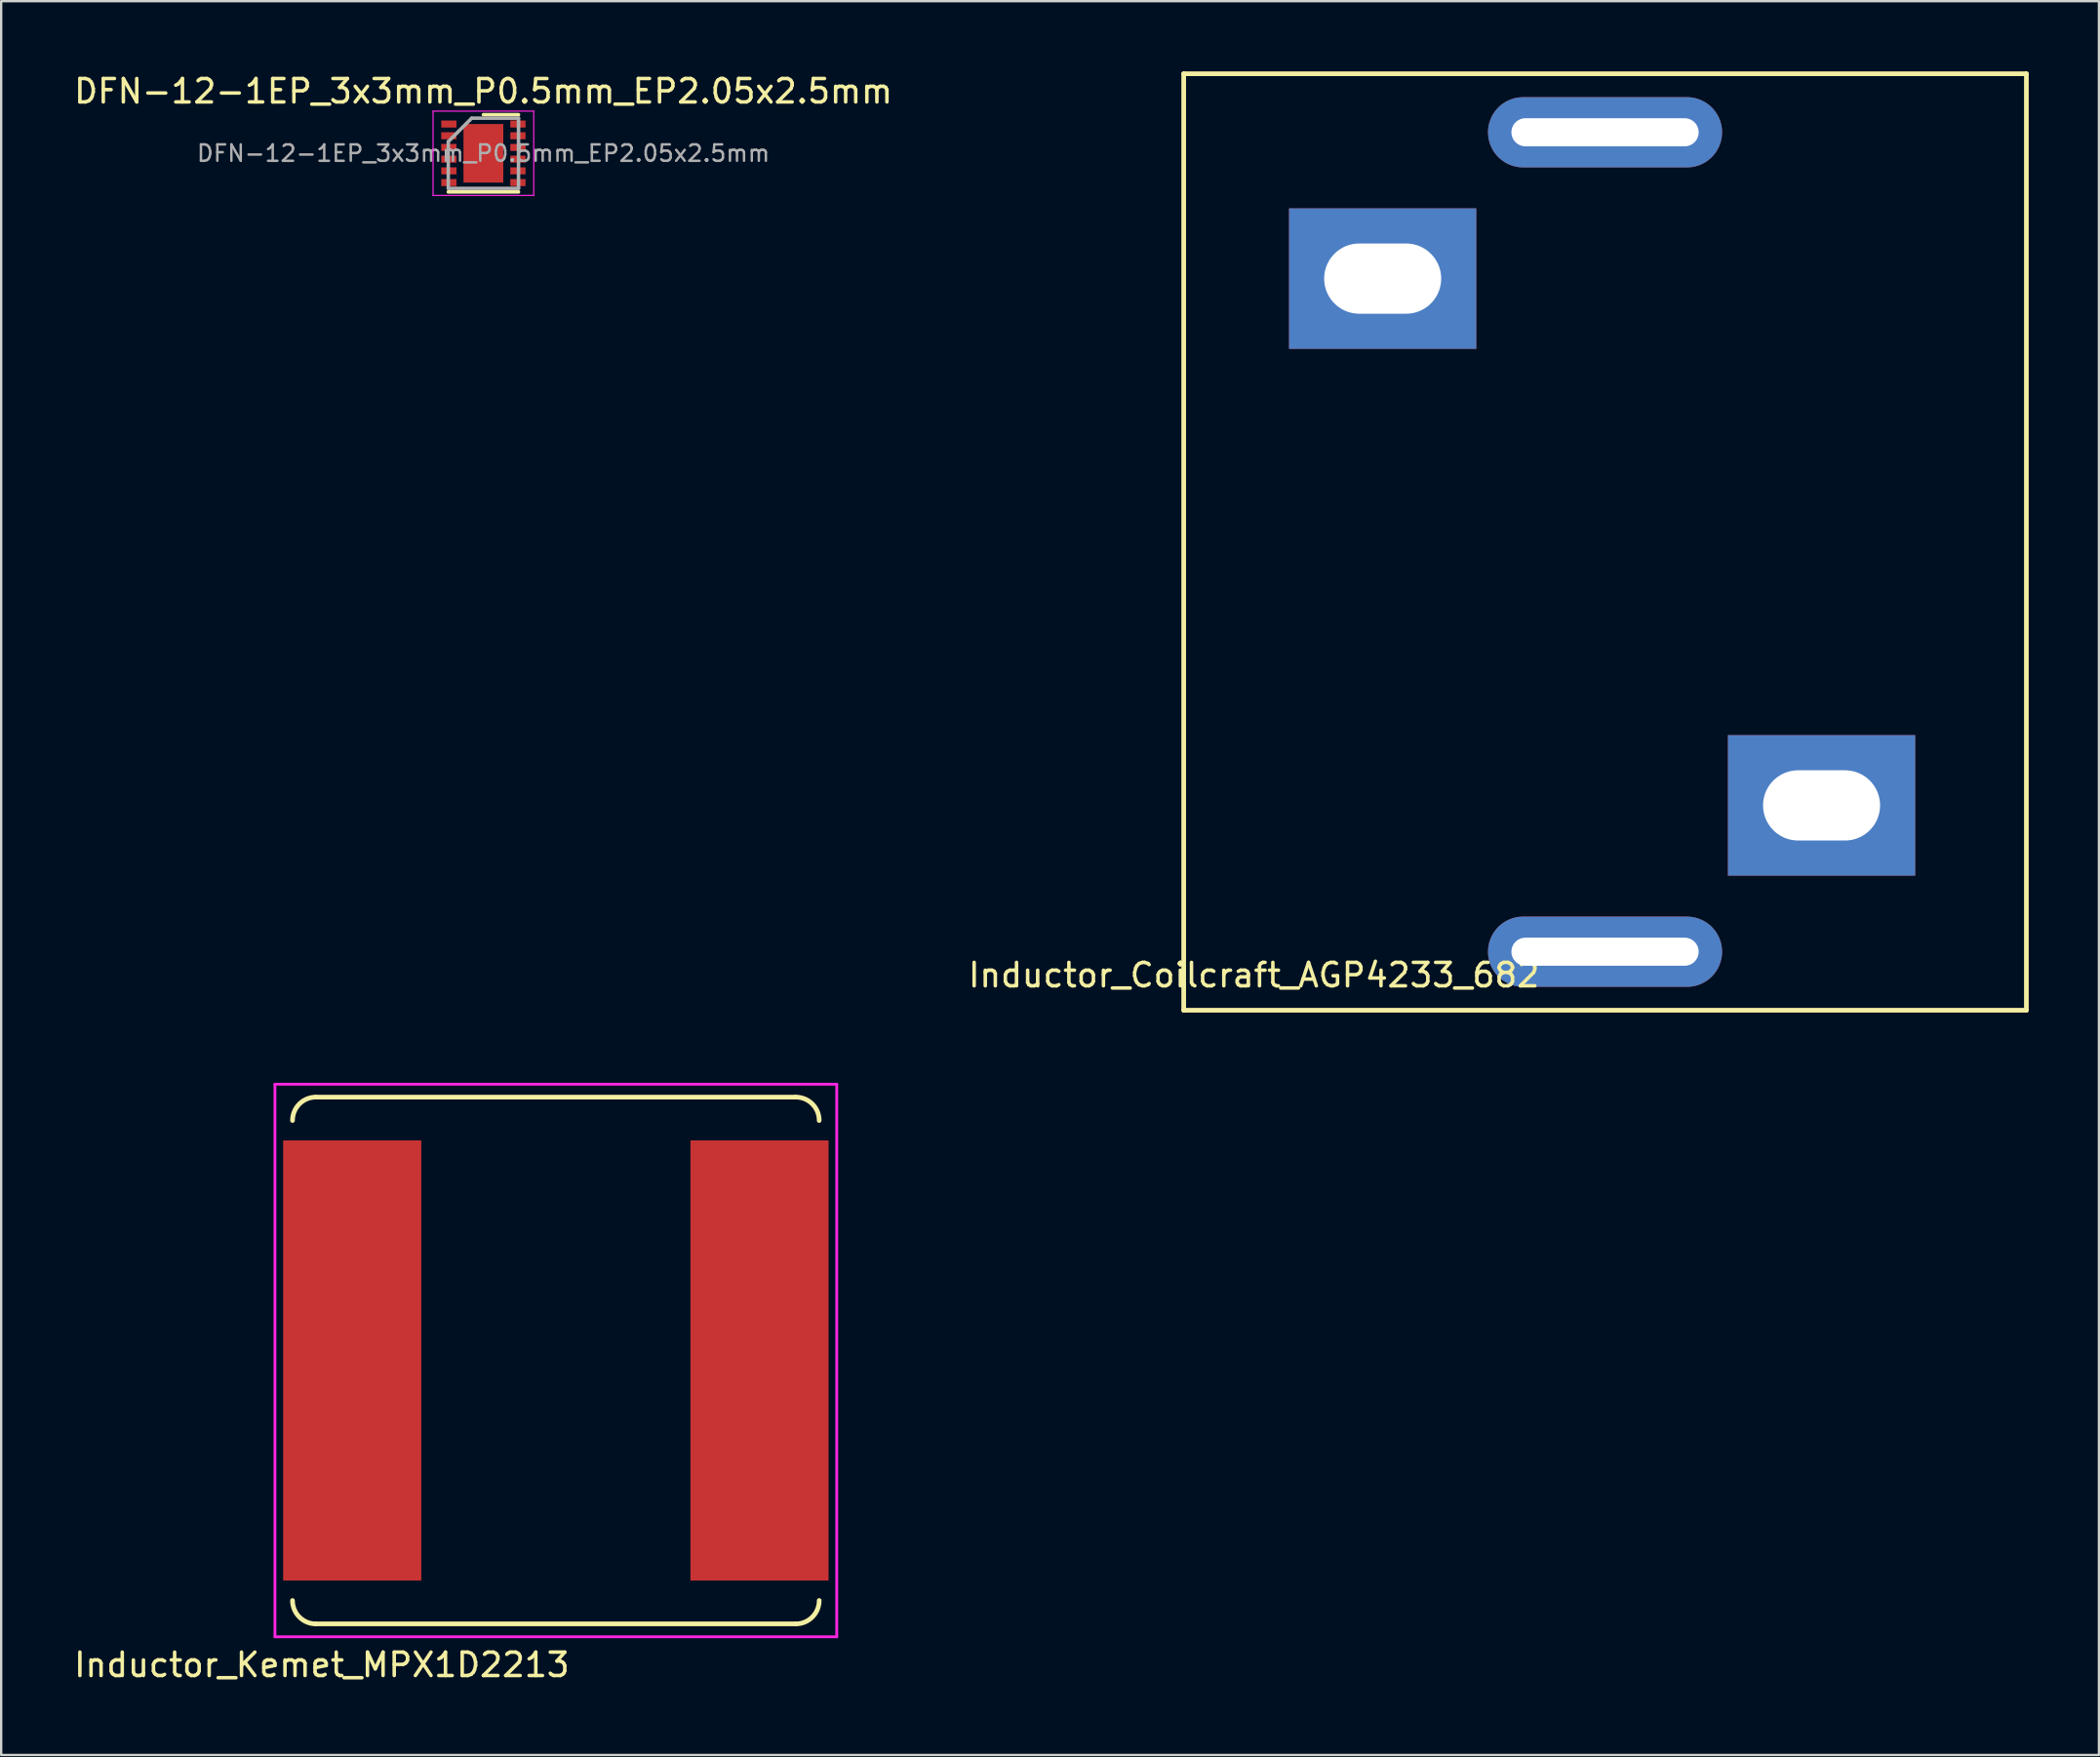
<source format=kicad_pcb>
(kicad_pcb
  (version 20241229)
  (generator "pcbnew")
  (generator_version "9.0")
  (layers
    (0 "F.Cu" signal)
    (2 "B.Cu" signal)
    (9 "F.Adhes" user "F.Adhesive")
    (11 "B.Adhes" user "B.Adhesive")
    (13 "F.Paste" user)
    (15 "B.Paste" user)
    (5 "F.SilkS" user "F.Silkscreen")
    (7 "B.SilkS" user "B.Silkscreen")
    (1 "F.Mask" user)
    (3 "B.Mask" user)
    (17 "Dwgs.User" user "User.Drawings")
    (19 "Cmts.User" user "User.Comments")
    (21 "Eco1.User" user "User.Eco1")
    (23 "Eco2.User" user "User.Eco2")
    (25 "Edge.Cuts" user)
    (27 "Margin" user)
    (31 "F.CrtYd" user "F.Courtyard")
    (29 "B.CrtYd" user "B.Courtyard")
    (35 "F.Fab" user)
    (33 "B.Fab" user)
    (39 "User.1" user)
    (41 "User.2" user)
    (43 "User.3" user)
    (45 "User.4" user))
  (footprint "Inductor_Coilcraft_AGP4233_682"
    (layer "F.Cu")
    (at 65.518 20.1)
    (property "Reference" "Inductor_Coilcraft_AGP4233_682" (at -15 18.5 0) (layer "F.SilkS") (effects (font (size 1 1) (thickness 0.15))))
    (attr through_hole)
    (fp_line (start -18 -20) (end -18 20) (stroke (width 0.2) (type solid)) (layer "F.SilkS"))
    (fp_line (start -18 -20) (end 18 -20) (stroke (width 0.2) (type solid)) (layer "F.SilkS"))
    (fp_line (start -18 20) (end 18 20) (stroke (width 0.2) (type solid)) (layer "F.SilkS"))
    (fp_line (start 18 20) (end 18 -20) (stroke (width 0.2) (type solid)) (layer "F.SilkS"))
    (pad "1" thru_hole rect (at 9.25 11.25) (size 8 6) (drill oval 5 3) (layers "*.Cu" "*.Mask"))
    (pad "2" thru_hole rect (at -9.5 -11.25) (size 8 6) (drill oval 5 3) (layers "*.Cu" "*.Mask"))
    (pad "s" thru_hole oval (at 0 -17.5) (size 10 3) (drill oval 8 1.2) (layers "*.Cu" "*.Mask"))
    (pad "s" thru_hole oval (at 0 17.5) (size 10 3) (drill oval 8 1.2) (layers "*.Cu" "*.Mask")))
  (footprint "Inductor_Kemet_MPX1D2213"
    (layer "F.Cu")
    (at 20.696 55.06)
    (property "Reference" "Inductor_Kemet_MPX1D2213" (at -10 13 0) (layer "F.SilkS") (effects (font (size 1 1) (thickness 0.15))))
    (attr through_hole)
    (fp_line (start 10.25 -11.25) (end -10.25 -11.25) (stroke (width 0.2) (type solid)) (layer "F.SilkS"))
    (fp_line (start 10.25 11.25) (end -10.25 11.25) (stroke (width 0.2) (type solid)) (layer "F.SilkS"))
    (fp_arc (start -11.25 -10.25) (mid -10.957107 -10.957107) (end -10.25 -11.25) (stroke (width 0.2) (type solid)) (layer "F.SilkS"))
    (fp_arc (start -10.25 11.25) (mid -10.957107 10.957107) (end -11.25 10.25) (stroke (width 0.2) (type solid)) (layer "F.SilkS"))
    (fp_arc (start 10.25 -11.25) (mid 10.957107 -10.957107) (end 11.25 -10.25) (stroke (width 0.2) (type solid)) (layer "F.SilkS"))
    (fp_arc (start 11.25 10.25) (mid 10.957107 10.957107) (end 10.25 11.25) (stroke (width 0.2) (type solid)) (layer "F.SilkS"))
    (fp_line (start -12 -11.8) (end 12 -11.8) (stroke (width 0.12) (type solid)) (layer "F.CrtYd"))
    (fp_line (start -12 11.8) (end -12 -11.8) (stroke (width 0.12) (type solid)) (layer "F.CrtYd"))
    (fp_line (start 12 -11.8) (end 12 11.8) (stroke (width 0.12) (type solid)) (layer "F.CrtYd"))
    (fp_line (start 12 11.8) (end -12 11.8) (stroke (width 0.12) (type solid)) (layer "F.CrtYd"))
    (pad "" smd roundrect (at -10.8 -8.6) (size 1 1) (layers "F.Paste") (roundrect_rratio 0.25))
    (pad "" smd roundrect (at -10.8 -7.2) (size 1 1) (layers "F.Paste") (roundrect_rratio 0.25))
    (pad "" smd roundrect (at -10.8 -5.8) (size 1 1) (layers "F.Paste") (roundrect_rratio 0.25))
    (pad "" smd roundrect (at -10.8 -4.4) (size 1 1) (layers "F.Paste") (roundrect_rratio 0.25))
    (pad "" smd roundrect (at -10.8 -3) (size 1 1) (layers "F.Paste") (roundrect_rratio 0.25))
    (pad "" smd roundrect (at -10.8 -1.6) (size 1 1) (layers "F.Paste") (roundrect_rratio 0.25))
    (pad "" smd roundrect (at -10.8 -0.2) (size 1 1) (layers "F.Paste") (roundrect_rratio 0.25))
    (pad "" smd roundrect (at -10.8 1.2) (size 1 1) (layers "F.Paste") (roundrect_rratio 0.25))
    (pad "" smd roundrect (at -10.8 2.6) (size 1 1) (layers "F.Paste") (roundrect_rratio 0.25))
    (pad "" smd roundrect (at -10.8 4) (size 1 1) (layers "F.Paste") (roundrect_rratio 0.25))
    (pad "" smd roundrect (at -10.8 5.4) (size 1 1) (layers "F.Paste") (roundrect_rratio 0.25))
    (pad "" smd roundrect (at -10.8 6.8) (size 1 1) (layers "F.Paste") (roundrect_rratio 0.25))
    (pad "" smd roundrect (at -10.8 8.2) (size 1 1) (layers "F.Paste") (roundrect_rratio 0.25))
    (pad "" smd roundrect (at -9.4 -8.6) (size 1 1) (layers "F.Paste") (roundrect_rratio 0.25))
    (pad "" smd roundrect (at -9.4 -7.2) (size 1 1) (layers "F.Paste") (roundrect_rratio 0.25))
    (pad "" smd roundrect (at -9.4 -5.8) (size 1 1) (layers "F.Paste") (roundrect_rratio 0.25))
    (pad "" smd roundrect (at -9.4 -4.4) (size 1 1) (layers "F.Paste") (roundrect_rratio 0.25))
    (pad "" smd roundrect (at -9.4 -3) (size 1 1) (layers "F.Paste") (roundrect_rratio 0.25))
    (pad "" smd roundrect (at -9.4 -1.6) (size 1 1) (layers "F.Paste") (roundrect_rratio 0.25))
    (pad "" smd roundrect (at -9.4 -0.2) (size 1 1) (layers "F.Paste") (roundrect_rratio 0.25))
    (pad "" smd roundrect (at -9.4 1.2) (size 1 1) (layers "F.Paste") (roundrect_rratio 0.25))
    (pad "" smd roundrect (at -9.4 2.6) (size 1 1) (layers "F.Paste") (roundrect_rratio 0.25))
    (pad "" smd roundrect (at -9.4 4) (size 1 1) (layers "F.Paste") (roundrect_rratio 0.25))
    (pad "" smd roundrect (at -9.4 5.4) (size 1 1) (layers "F.Paste") (roundrect_rratio 0.25))
    (pad "" smd roundrect (at -9.4 6.8) (size 1 1) (layers "F.Paste") (roundrect_rratio 0.25))
    (pad "" smd roundrect (at -9.4 8.2) (size 1 1) (layers "F.Paste") (roundrect_rratio 0.25))
    (pad "" smd roundrect (at -8 -8.6) (size 1 1) (layers "F.Paste") (roundrect_rratio 0.25))
    (pad "" smd roundrect (at -8 -7.2) (size 1 1) (layers "F.Paste") (roundrect_rratio 0.25))
    (pad "" smd roundrect (at -8 -5.8) (size 1 1) (layers "F.Paste") (roundrect_rratio 0.25))
    (pad "" smd roundrect (at -8 -4.4) (size 1 1) (layers "F.Paste") (roundrect_rratio 0.25))
    (pad "" smd roundrect (at -8 -3) (size 1 1) (layers "F.Paste") (roundrect_rratio 0.25))
    (pad "" smd roundrect (at -8 -1.6) (size 1 1) (layers "F.Paste") (roundrect_rratio 0.25))
    (pad "" smd roundrect (at -8 -0.2) (size 1 1) (layers "F.Paste") (roundrect_rratio 0.25))
    (pad "" smd roundrect (at -8 1.2) (size 1 1) (layers "F.Paste") (roundrect_rratio 0.25))
    (pad "" smd roundrect (at -8 2.6) (size 1 1) (layers "F.Paste") (roundrect_rratio 0.25))
    (pad "" smd roundrect (at -8 4) (size 1 1) (layers "F.Paste") (roundrect_rratio 0.25))
    (pad "" smd roundrect (at -8 5.4) (size 1 1) (layers "F.Paste") (roundrect_rratio 0.25))
    (pad "" smd roundrect (at -8 6.8) (size 1 1) (layers "F.Paste") (roundrect_rratio 0.25))
    (pad "" smd roundrect (at -8 8.2) (size 1 1) (layers "F.Paste") (roundrect_rratio 0.25))
    (pad "" smd roundrect (at -6.6 -8.6) (size 1 1) (layers "F.Paste") (roundrect_rratio 0.25))
    (pad "" smd roundrect (at -6.6 -7.2) (size 1 1) (layers "F.Paste") (roundrect_rratio 0.25))
    (pad "" smd roundrect (at -6.6 -5.8) (size 1 1) (layers "F.Paste") (roundrect_rratio 0.25))
    (pad "" smd roundrect (at -6.6 -4.4) (size 1 1) (layers "F.Paste") (roundrect_rratio 0.25))
    (pad "" smd roundrect (at -6.6 -3) (size 1 1) (layers "F.Paste") (roundrect_rratio 0.25))
    (pad "" smd roundrect (at -6.6 -1.6) (size 1 1) (layers "F.Paste") (roundrect_rratio 0.25))
    (pad "" smd roundrect (at -6.6 -0.2) (size 1 1) (layers "F.Paste") (roundrect_rratio 0.25))
    (pad "" smd roundrect (at -6.6 1.2) (size 1 1) (layers "F.Paste") (roundrect_rratio 0.25))
    (pad "" smd roundrect (at -6.6 2.6) (size 1 1) (layers "F.Paste") (roundrect_rratio 0.25))
    (pad "" smd roundrect (at -6.6 4) (size 1 1) (layers "F.Paste") (roundrect_rratio 0.25))
    (pad "" smd roundrect (at -6.6 5.4) (size 1 1) (layers "F.Paste") (roundrect_rratio 0.25))
    (pad "" smd roundrect (at -6.6 6.8) (size 1 1) (layers "F.Paste") (roundrect_rratio 0.25))
    (pad "" smd roundrect (at -6.6 8.2) (size 1 1) (layers "F.Paste") (roundrect_rratio 0.25))
    (pad "" smd roundrect (at 6.6 -8.6) (size 1 1) (layers "F.Paste") (roundrect_rratio 0.25))
    (pad "" smd roundrect (at 6.6 -7.2) (size 1 1) (layers "F.Paste") (roundrect_rratio 0.25))
    (pad "" smd roundrect (at 6.6 -5.8) (size 1 1) (layers "F.Paste") (roundrect_rratio 0.25))
    (pad "" smd roundrect (at 6.6 -4.4) (size 1 1) (layers "F.Paste") (roundrect_rratio 0.25))
    (pad "" smd roundrect (at 6.6 -3) (size 1 1) (layers "F.Paste") (roundrect_rratio 0.25))
    (pad "" smd roundrect (at 6.6 -1.6) (size 1 1) (layers "F.Paste") (roundrect_rratio 0.25))
    (pad "" smd roundrect (at 6.6 -0.2) (size 1 1) (layers "F.Paste") (roundrect_rratio 0.25))
    (pad "" smd roundrect (at 6.6 1.2) (size 1 1) (layers "F.Paste") (roundrect_rratio 0.25))
    (pad "" smd roundrect (at 6.6 2.6) (size 1 1) (layers "F.Paste") (roundrect_rratio 0.25))
    (pad "" smd roundrect (at 6.6 4) (size 1 1) (layers "F.Paste") (roundrect_rratio 0.25))
    (pad "" smd roundrect (at 6.6 5.4) (size 1 1) (layers "F.Paste") (roundrect_rratio 0.25))
    (pad "" smd roundrect (at 6.6 6.8) (size 1 1) (layers "F.Paste") (roundrect_rratio 0.25))
    (pad "" smd roundrect (at 6.6 8.2) (size 1 1) (layers "F.Paste") (roundrect_rratio 0.25))
    (pad "" smd roundrect (at 8 -8.6) (size 1 1) (layers "F.Paste") (roundrect_rratio 0.25))
    (pad "" smd roundrect (at 8 -7.2) (size 1 1) (layers "F.Paste") (roundrect_rratio 0.25))
    (pad "" smd roundrect (at 8 -5.8) (size 1 1) (layers "F.Paste") (roundrect_rratio 0.25))
    (pad "" smd roundrect (at 8 -4.4) (size 1 1) (layers "F.Paste") (roundrect_rratio 0.25))
    (pad "" smd roundrect (at 8 -3) (size 1 1) (layers "F.Paste") (roundrect_rratio 0.25))
    (pad "" smd roundrect (at 8 -1.6) (size 1 1) (layers "F.Paste") (roundrect_rratio 0.25))
    (pad "" smd roundrect (at 8 -0.2) (size 1 1) (layers "F.Paste") (roundrect_rratio 0.25))
    (pad "" smd roundrect (at 8 1.2) (size 1 1) (layers "F.Paste") (roundrect_rratio 0.25))
    (pad "" smd roundrect (at 8 2.6) (size 1 1) (layers "F.Paste") (roundrect_rratio 0.25))
    (pad "" smd roundrect (at 8 4) (size 1 1) (layers "F.Paste") (roundrect_rratio 0.25))
    (pad "" smd roundrect (at 8 5.4) (size 1 1) (layers "F.Paste") (roundrect_rratio 0.25))
    (pad "" smd roundrect (at 8 6.8) (size 1 1) (layers "F.Paste") (roundrect_rratio 0.25))
    (pad "" smd roundrect (at 8 8.2) (size 1 1) (layers "F.Paste") (roundrect_rratio 0.25))
    (pad "" smd roundrect (at 9.4 -8.6) (size 1 1) (layers "F.Paste") (roundrect_rratio 0.25))
    (pad "" smd roundrect (at 9.4 -7.2) (size 1 1) (layers "F.Paste") (roundrect_rratio 0.25))
    (pad "" smd roundrect (at 9.4 -5.8) (size 1 1) (layers "F.Paste") (roundrect_rratio 0.25))
    (pad "" smd roundrect (at 9.4 -4.4) (size 1 1) (layers "F.Paste") (roundrect_rratio 0.25))
    (pad "" smd roundrect (at 9.4 -3) (size 1 1) (layers "F.Paste") (roundrect_rratio 0.25))
    (pad "" smd roundrect (at 9.4 -1.6) (size 1 1) (layers "F.Paste") (roundrect_rratio 0.25))
    (pad "" smd roundrect (at 9.4 -0.2) (size 1 1) (layers "F.Paste") (roundrect_rratio 0.25))
    (pad "" smd roundrect (at 9.4 1.2) (size 1 1) (layers "F.Paste") (roundrect_rratio 0.25))
    (pad "" smd roundrect (at 9.4 2.6) (size 1 1) (layers "F.Paste") (roundrect_rratio 0.25))
    (pad "" smd roundrect (at 9.4 4) (size 1 1) (layers "F.Paste") (roundrect_rratio 0.25))
    (pad "" smd roundrect (at 9.4 5.4) (size 1 1) (layers "F.Paste") (roundrect_rratio 0.25))
    (pad "" smd roundrect (at 9.4 6.8) (size 1 1) (layers "F.Paste") (roundrect_rratio 0.25))
    (pad "" smd roundrect (at 9.4 8.2) (size 1 1) (layers "F.Paste") (roundrect_rratio 0.25))
    (pad "" smd roundrect (at 10.8 -8.6) (size 1 1) (layers "F.Paste") (roundrect_rratio 0.25))
    (pad "" smd roundrect (at 10.8 -7.2) (size 1 1) (layers "F.Paste") (roundrect_rratio 0.25))
    (pad "" smd roundrect (at 10.8 -5.8) (size 1 1) (layers "F.Paste") (roundrect_rratio 0.25))
    (pad "" smd roundrect (at 10.8 -4.4) (size 1 1) (layers "F.Paste") (roundrect_rratio 0.25))
    (pad "" smd roundrect (at 10.8 -3) (size 1 1) (layers "F.Paste") (roundrect_rratio 0.25))
    (pad "" smd roundrect (at 10.8 -1.6) (size 1 1) (layers "F.Paste") (roundrect_rratio 0.25))
    (pad "" smd roundrect (at 10.8 -0.2) (size 1 1) (layers "F.Paste") (roundrect_rratio 0.25))
    (pad "" smd roundrect (at 10.8 1.2) (size 1 1) (layers "F.Paste") (roundrect_rratio 0.25))
    (pad "" smd roundrect (at 10.8 2.6) (size 1 1) (layers "F.Paste") (roundrect_rratio 0.25))
    (pad "" smd roundrect (at 10.8 4) (size 1 1) (layers "F.Paste") (roundrect_rratio 0.25))
    (pad "" smd roundrect (at 10.8 5.4) (size 1 1) (layers "F.Paste") (roundrect_rratio 0.25))
    (pad "" smd roundrect (at 10.8 6.8) (size 1 1) (layers "F.Paste") (roundrect_rratio 0.25))
    (pad "" smd roundrect (at 10.8 8.2) (size 1 1) (layers "F.Paste") (roundrect_rratio 0.25))
    (pad "1" smd rect (at -8.7 0) (size 5.9 18.8) (layers "F.Cu" "F.Mask"))
    (pad "2" smd rect (at 8.7 0) (size 5.9 18.8) (layers "F.Cu" "F.Mask")))
  (footprint "DFN-12-1EP_3x3mm_P0.5mm_EP2.05x2.5mm"
    (layer "F.Cu")
    (at 17.601 3.498)
    (property "Reference" "DFN-12-1EP_3x3mm_P0.5mm_EP2.05x2.5mm" (at 0 -2.65 0) (layer "F.SilkS") (effects (font (size 1 1) (thickness 0.15))))
    (attr smd)
    (fp_line (start -1.5 1.65) (end 1.5 1.65) (stroke (width 0.15) (type solid)) (layer "F.SilkS"))
    (fp_line (start 0 -1.65) (end 1.5 -1.65) (stroke (width 0.15) (type solid)) (layer "F.SilkS"))
    (fp_line (start -2.15 -1.8) (end -2.15 1.8) (stroke (width 0.05) (type solid)) (layer "F.CrtYd"))
    (fp_line (start -2.15 -1.8) (end 2.15 -1.8) (stroke (width 0.05) (type solid)) (layer "F.CrtYd"))
    (fp_line (start -2.15 1.8) (end 2.15 1.8) (stroke (width 0.05) (type solid)) (layer "F.CrtYd"))
    (fp_line (start 2.15 -1.8) (end 2.15 1.8) (stroke (width 0.05) (type solid)) (layer "F.CrtYd"))
    (fp_line (start -1.5 -0.5) (end -0.5 -1.5) (stroke (width 0.15) (type solid)) (layer "F.Fab"))
    (fp_line (start -1.5 1.5) (end -1.5 -0.5) (stroke (width 0.15) (type solid)) (layer "F.Fab"))
    (fp_line (start -0.5 -1.5) (end 1.5 -1.5) (stroke (width 0.15) (type solid)) (layer "F.Fab"))
    (fp_line (start 1.5 -1.5) (end 1.5 1.5) (stroke (width 0.15) (type solid)) (layer "F.Fab"))
    (fp_line (start 1.5 1.5) (end -1.5 1.5) (stroke (width 0.15) (type solid)) (layer "F.Fab"))
    (fp_text user "${REFERENCE}" (at 0 0 0) (layer "F.Fab") (effects (font (size 0.7 0.7) (thickness 0.105))))
    (pad "" smd rect (at -0.512 -0.715) (size 0.6 1) (layers "F.Paste"))
    (pad "" smd rect (at -0.512 0.715) (size 0.6 1) (layers "F.Paste"))
    (pad "" smd rect (at 0.512 -0.715) (size 0.6 1) (layers "F.Paste"))
    (pad "" smd rect (at 0.512 0.715) (size 0.6 1) (layers "F.Paste"))
    (pad "1" smd rect (at -1.475 -1.25) (size 0.65 0.3) (layers "F.Cu" "F.Mask" "F.Paste"))
    (pad "2" smd rect (at -1.475 -0.75) (size 0.65 0.3) (layers "F.Cu" "F.Mask" "F.Paste"))
    (pad "3" smd rect (at -1.475 -0.25) (size 0.65 0.3) (layers "F.Cu" "F.Mask" "F.Paste"))
    (pad "4" smd rect (at -1.475 0.25) (size 0.65 0.3) (layers "F.Cu" "F.Mask" "F.Paste"))
    (pad "5" smd rect (at -1.475 0.75) (size 0.65 0.3) (layers "F.Cu" "F.Mask" "F.Paste"))
    (pad "6" smd rect (at -1.475 1.25) (size 0.65 0.3) (layers "F.Cu" "F.Mask" "F.Paste"))
    (pad "7" smd rect (at 1.475 1.25) (size 0.65 0.3) (layers "F.Cu" "F.Mask" "F.Paste"))
    (pad "8" smd rect (at 1.475 0.75) (size 0.65 0.3) (layers "F.Cu" "F.Mask" "F.Paste"))
    (pad "9" smd rect (at 1.475 0.25) (size 0.65 0.3) (layers "F.Cu" "F.Mask" "F.Paste"))
    (pad "10" smd rect (at 1.475 -0.25) (size 0.65 0.3) (layers "F.Cu" "F.Mask" "F.Paste"))
    (pad "11" smd rect (at 1.475 -0.75) (size 0.65 0.3) (layers "F.Cu" "F.Mask" "F.Paste"))
    (pad "12" smd rect (at 1.475 -1.25) (size 0.65 0.3) (layers "F.Cu" "F.Mask" "F.Paste"))
    (pad "13" smd rect (at 0 0) (size 1.7 2.5) (layers "F.Cu" "F.Mask")))
  (gr_rect
    (start -3 -3)
    (end 86.618 71.908)
    (stroke (width 0.1) (type default))
    (fill no)
    (layer "Edge.Cuts")))
</source>
